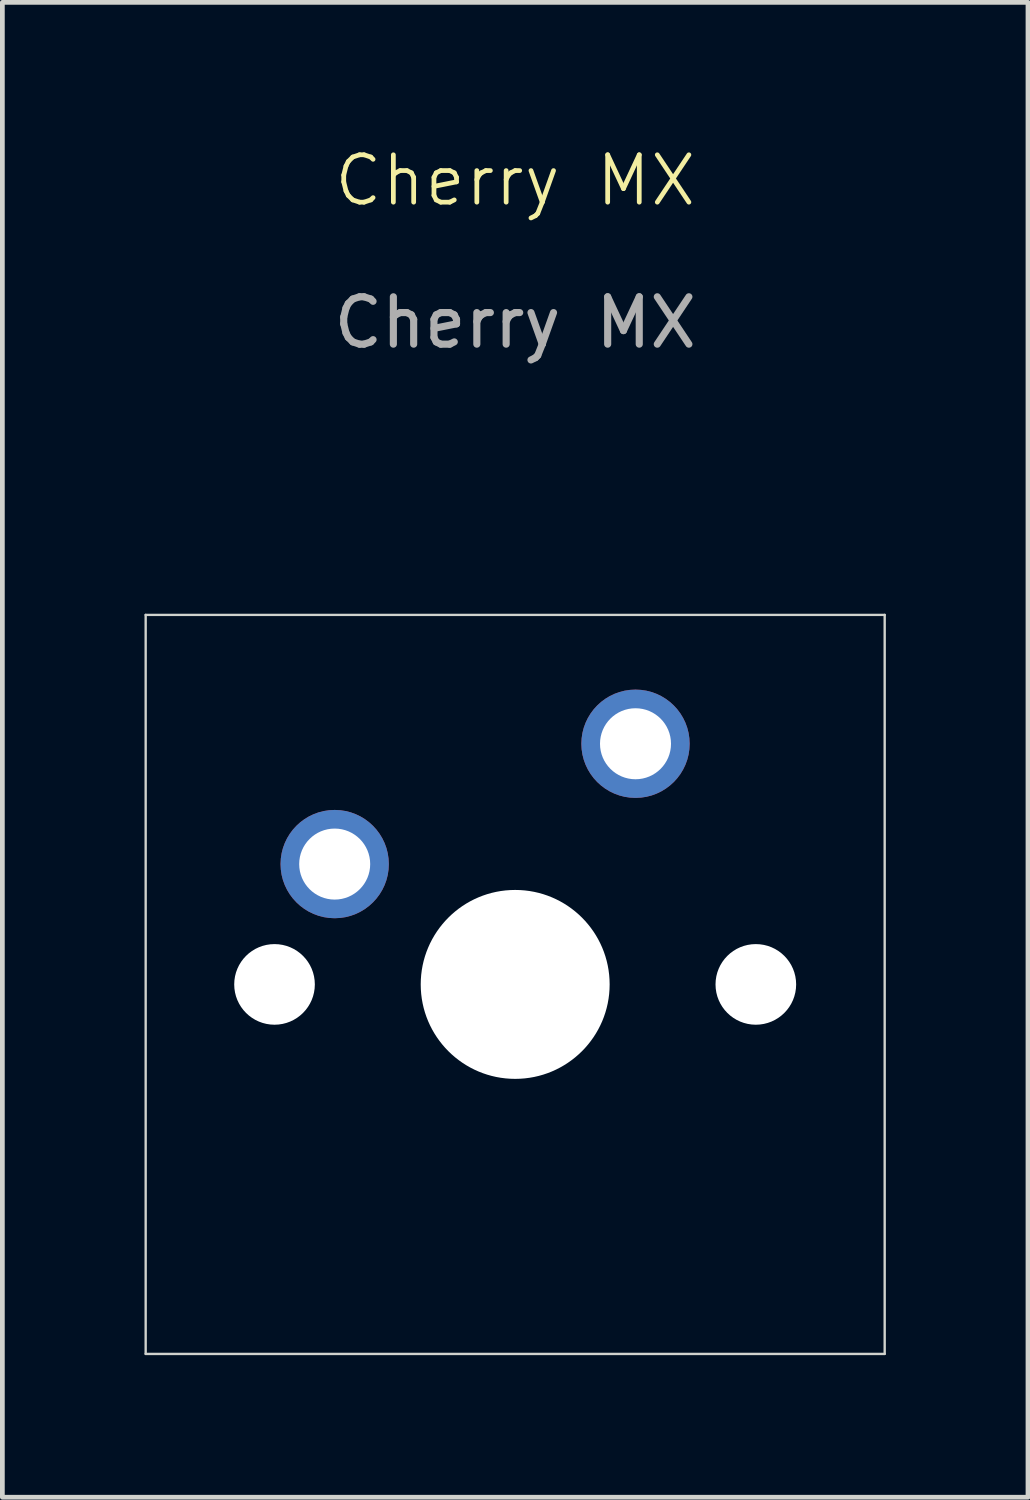
<source format=kicad_pcb>
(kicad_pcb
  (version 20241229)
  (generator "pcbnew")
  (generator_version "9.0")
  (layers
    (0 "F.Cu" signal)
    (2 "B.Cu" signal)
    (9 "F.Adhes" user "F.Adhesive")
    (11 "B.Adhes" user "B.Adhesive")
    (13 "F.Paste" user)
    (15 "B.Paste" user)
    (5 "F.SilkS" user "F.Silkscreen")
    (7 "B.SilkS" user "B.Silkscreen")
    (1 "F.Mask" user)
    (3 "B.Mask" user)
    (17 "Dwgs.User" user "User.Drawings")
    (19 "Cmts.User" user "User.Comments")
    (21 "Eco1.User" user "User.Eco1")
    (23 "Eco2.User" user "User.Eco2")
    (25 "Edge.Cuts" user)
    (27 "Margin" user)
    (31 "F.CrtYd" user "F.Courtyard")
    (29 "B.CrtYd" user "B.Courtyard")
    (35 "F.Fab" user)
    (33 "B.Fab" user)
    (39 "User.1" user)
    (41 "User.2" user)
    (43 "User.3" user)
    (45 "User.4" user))
  (footprint "Cherry MX"
    (layer "F.Cu")
    (at 7.825 17.73)
    (property "Reference" "Cherry MX" (at 0 -16.97 0) (unlocked yes) (layer "F.SilkS") (effects (font (size 1 1) (thickness 0.1))))
    (attr through_hole)
    (fp_line (start -7.8 -7.8) (end 7.8 -7.8) (stroke (width 0.05) (type default)) (layer "Edge.Cuts"))
    (fp_line (start -7.8 7.8) (end -7.8 -7.8) (stroke (width 0.05) (type default)) (layer "Edge.Cuts"))
    (fp_line (start -7.8 7.8) (end 7.8 7.8) (stroke (width 0.05) (type default)) (layer "Edge.Cuts"))
    (fp_line (start 7.8 7.8) (end 7.8 -7.8) (stroke (width 0.05) (type default)) (layer "Edge.Cuts"))
    (fp_text user "${REFERENCE}" (at 0 -13.97 0) (unlocked yes) (layer "F.Fab") (effects (font (size 1 1) (thickness 0.15))))
    (pad "" np_thru_hole circle (at -5.08 0) (size 1.702 1.702) (drill 1.702) (layers "*.Cu" "*.Mask"))
    (pad "" np_thru_hole circle (at 0 0) (size 3.988 3.988) (drill 3.988) (layers "*.Cu" "*.Mask"))
    (pad "" np_thru_hole circle (at 5.08 0) (size 1.702 1.702) (drill 1.702) (layers "*.Cu" "*.Mask"))
    (pad "1" thru_hole circle (at -3.81 -2.54) (size 2.286 2.286) (drill 1.499) (layers "*.Cu" "*.Mask"))
    (pad "2" thru_hole circle (at 2.54 -5.08) (size 2.286 2.286) (drill 1.499) (layers "*.Cu" "*.Mask")))
  (gr_rect
    (start -3 -3)
    (end 18.65 28.555)
    (stroke (width 0.1) (type default))
    (fill no)
    (layer "Edge.Cuts")))
</source>
